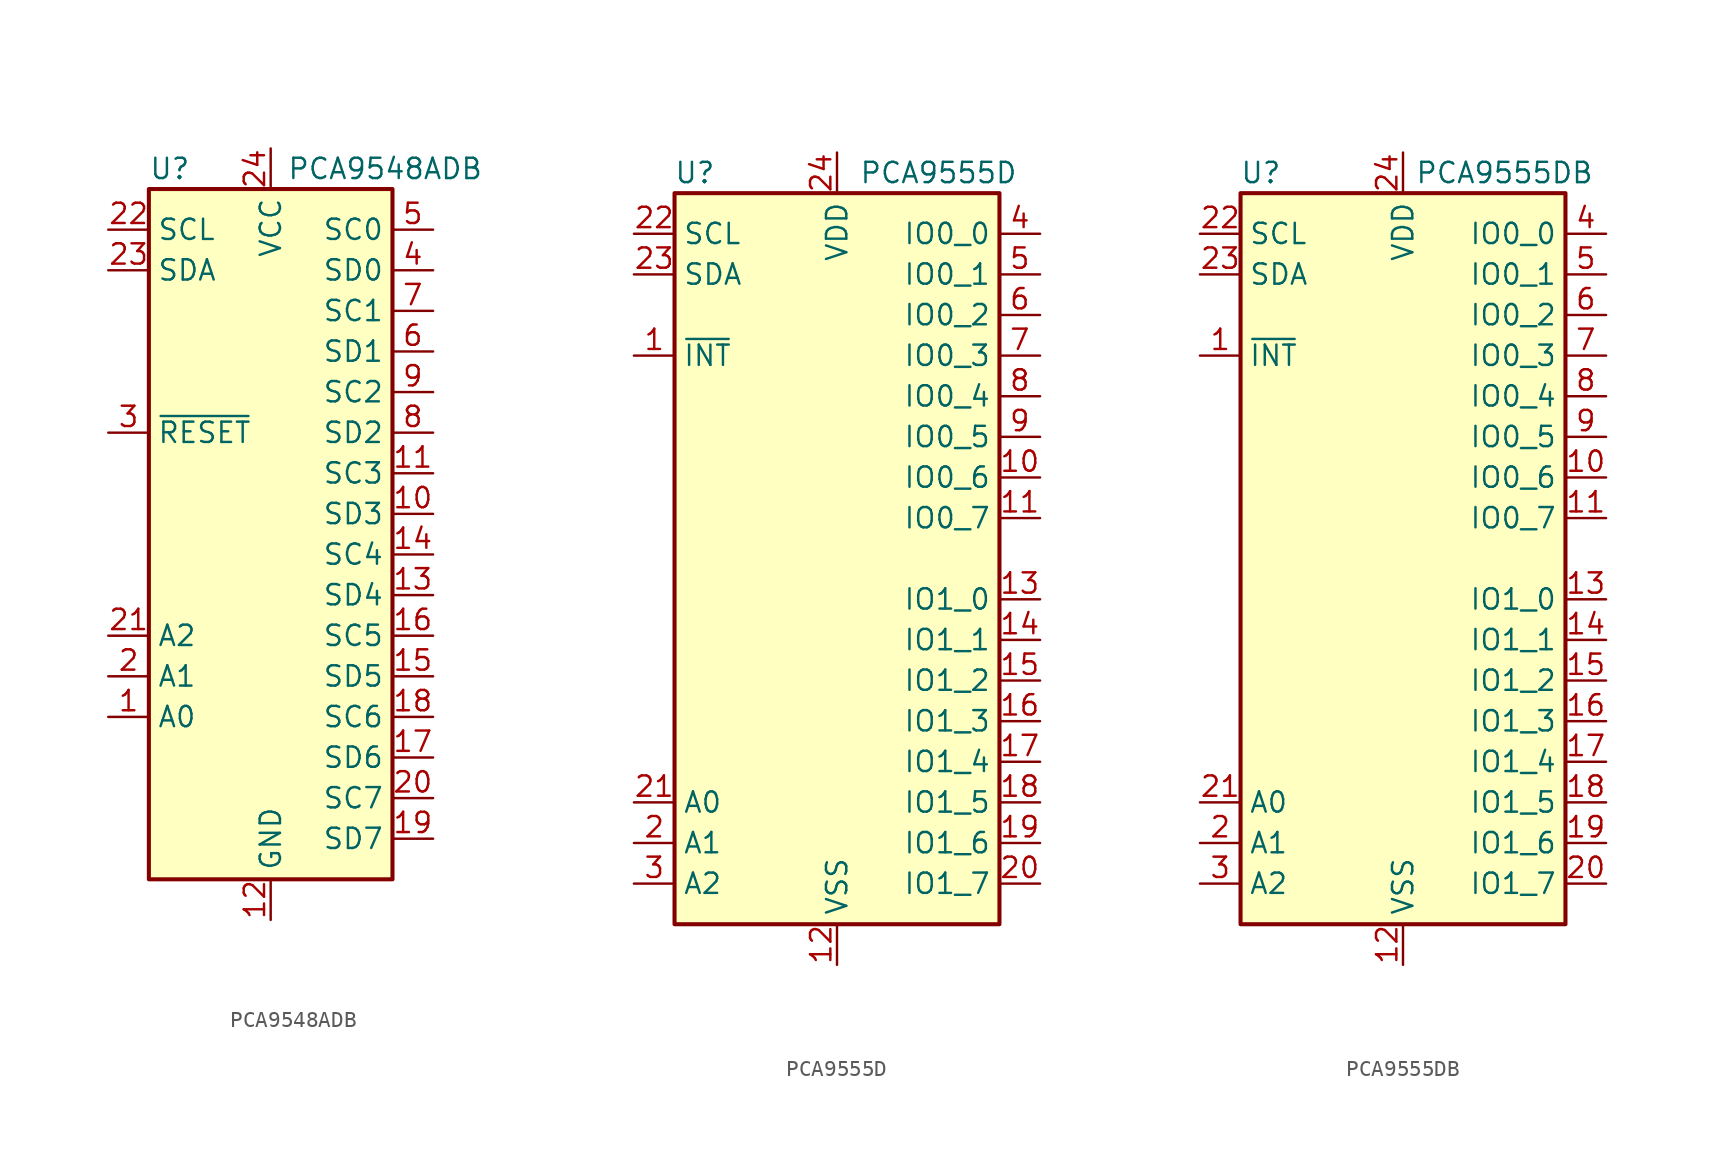
<source format=kicad_sym>
(kicad_symbol_lib
  (version 20201005)
  (generator kicad_symbol_editor)
  (symbol "Interface_Expansion:PCA9548ADB"
    (property "Reference" "U"
      (at -7.62 21.59 0)
      (effects (font (size 1.27 1.27)) (justify left)))
    (property "Value" "PCA9548ADB"
      (at 1.016 21.59 0)
      (effects (font (size 1.27 1.27)) (justify left)))
    (symbol "PCA9548ADB_0_1"
      (rectangle (start -7.62 20.32) (end 7.62 -22.86) (stroke (width 0.254)) (fill (type background))))
    (symbol "PCA9548ADB_1_1"
      (pin input line (at -10.16 -12.7 0) (length 2.54) (name "A0" (effects (font (size 1.27 1.27)))) (number "1" (effects (font (size 1.27 1.27)))))
      (pin bidirectional line (at 10.16 0 180) (length 2.54) (name "SD3" (effects (font (size 1.27 1.27)))) (number "10" (effects (font (size 1.27 1.27)))))
      (pin output line (at 10.16 2.54 180) (length 2.54) (name "SC3" (effects (font (size 1.27 1.27)))) (number "11" (effects (font (size 1.27 1.27)))))
      (pin power_in line (at 0 -25.4 90) (length 2.54) (name "GND" (effects (font (size 1.27 1.27)))) (number "12" (effects (font (size 1.27 1.27)))))
      (pin bidirectional line (at 10.16 -5.08 180) (length 2.54) (name "SD4" (effects (font (size 1.27 1.27)))) (number "13" (effects (font (size 1.27 1.27)))))
      (pin output line (at 10.16 -2.54 180) (length 2.54) (name "SC4" (effects (font (size 1.27 1.27)))) (number "14" (effects (font (size 1.27 1.27)))))
      (pin bidirectional line (at 10.16 -10.16 180) (length 2.54) (name "SD5" (effects (font (size 1.27 1.27)))) (number "15" (effects (font (size 1.27 1.27)))))
      (pin output line (at 10.16 -7.62 180) (length 2.54) (name "SC5" (effects (font (size 1.27 1.27)))) (number "16" (effects (font (size 1.27 1.27)))))
      (pin bidirectional line (at 10.16 -15.24 180) (length 2.54) (name "SD6" (effects (font (size 1.27 1.27)))) (number "17" (effects (font (size 1.27 1.27)))))
      (pin output line (at 10.16 -12.7 180) (length 2.54) (name "SC6" (effects (font (size 1.27 1.27)))) (number "18" (effects (font (size 1.27 1.27)))))
      (pin bidirectional line (at 10.16 -20.32 180) (length 2.54) (name "SD7" (effects (font (size 1.27 1.27)))) (number "19" (effects (font (size 1.27 1.27)))))
      (pin input line (at -10.16 -10.16 0) (length 2.54) (name "A1" (effects (font (size 1.27 1.27)))) (number "2" (effects (font (size 1.27 1.27)))))
      (pin output line (at 10.16 -17.78 180) (length 2.54) (name "SC7" (effects (font (size 1.27 1.27)))) (number "20" (effects (font (size 1.27 1.27)))))
      (pin input line (at -10.16 -7.62 0) (length 2.54) (name "A2" (effects (font (size 1.27 1.27)))) (number "21" (effects (font (size 1.27 1.27)))))
      (pin input line (at -10.16 17.78 0) (length 2.54) (name "SCL" (effects (font (size 1.27 1.27)))) (number "22" (effects (font (size 1.27 1.27)))))
      (pin bidirectional line (at -10.16 15.24 0) (length 2.54) (name "SDA" (effects (font (size 1.27 1.27)))) (number "23" (effects (font (size 1.27 1.27)))))
      (pin power_in line (at 0 22.86 270) (length 2.54) (name "VCC" (effects (font (size 1.27 1.27)))) (number "24" (effects (font (size 1.27 1.27)))))
      (pin input line (at -10.16 5.08 0) (length 2.54) (name "~RESET" (effects (font (size 1.27 1.27)))) (number "3" (effects (font (size 1.27 1.27)))))
      (pin bidirectional line (at 10.16 15.24 180) (length 2.54) (name "SD0" (effects (font (size 1.27 1.27)))) (number "4" (effects (font (size 1.27 1.27)))))
      (pin output line (at 10.16 17.78 180) (length 2.54) (name "SC0" (effects (font (size 1.27 1.27)))) (number "5" (effects (font (size 1.27 1.27)))))
      (pin bidirectional line (at 10.16 10.16 180) (length 2.54) (name "SD1" (effects (font (size 1.27 1.27)))) (number "6" (effects (font (size 1.27 1.27)))))
      (pin output line (at 10.16 12.7 180) (length 2.54) (name "SC1" (effects (font (size 1.27 1.27)))) (number "7" (effects (font (size 1.27 1.27)))))
      (pin bidirectional line (at 10.16 5.08 180) (length 2.54) (name "SD2" (effects (font (size 1.27 1.27)))) (number "8" (effects (font (size 1.27 1.27)))))
      (pin output line (at 10.16 7.62 180) (length 2.54) (name "SC2" (effects (font (size 1.27 1.27)))) (number "9" (effects (font (size 1.27 1.27)))))))
  (symbol "Interface_Expansion:PCA9555D"
    (property "Reference" "U"
      (at -8.89 24.13 0)
      (effects (font (size 1.27 1.27))))
    (property "Value" "PCA9555D"
      (at 6.35 24.13 0)
      (effects (font (size 1.27 1.27))))
    (symbol "PCA9555D_0_1"
      (rectangle (start -10.16 22.86) (end 10.16 -22.86) (stroke (width 0.254)) (fill (type background))))
    (symbol "PCA9555D_1_1"
      (pin open_collector line (at -12.7 12.7 0) (length 2.54) (name "~INT" (effects (font (size 1.27 1.27)))) (number "1" (effects (font (size 1.27 1.27)))))
      (pin bidirectional line (at 12.7 5.08 180) (length 2.54) (name "IO0_6" (effects (font (size 1.27 1.27)))) (number "10" (effects (font (size 1.27 1.27)))))
      (pin bidirectional line (at 12.7 2.54 180) (length 2.54) (name "IO0_7" (effects (font (size 1.27 1.27)))) (number "11" (effects (font (size 1.27 1.27)))))
      (pin power_in line (at 0 -25.4 90) (length 2.54) (name "VSS" (effects (font (size 1.27 1.27)))) (number "12" (effects (font (size 1.27 1.27)))))
      (pin bidirectional line (at 12.7 -2.54 180) (length 2.54) (name "IO1_0" (effects (font (size 1.27 1.27)))) (number "13" (effects (font (size 1.27 1.27)))))
      (pin bidirectional line (at 12.7 -5.08 180) (length 2.54) (name "IO1_1" (effects (font (size 1.27 1.27)))) (number "14" (effects (font (size 1.27 1.27)))))
      (pin bidirectional line (at 12.7 -7.62 180) (length 2.54) (name "IO1_2" (effects (font (size 1.27 1.27)))) (number "15" (effects (font (size 1.27 1.27)))))
      (pin bidirectional line (at 12.7 -10.16 180) (length 2.54) (name "IO1_3" (effects (font (size 1.27 1.27)))) (number "16" (effects (font (size 1.27 1.27)))))
      (pin bidirectional line (at 12.7 -12.7 180) (length 2.54) (name "IO1_4" (effects (font (size 1.27 1.27)))) (number "17" (effects (font (size 1.27 1.27)))))
      (pin bidirectional line (at 12.7 -15.24 180) (length 2.54) (name "IO1_5" (effects (font (size 1.27 1.27)))) (number "18" (effects (font (size 1.27 1.27)))))
      (pin bidirectional line (at 12.7 -17.78 180) (length 2.54) (name "IO1_6" (effects (font (size 1.27 1.27)))) (number "19" (effects (font (size 1.27 1.27)))))
      (pin input line (at -12.7 -17.78 0) (length 2.54) (name "A1" (effects (font (size 1.27 1.27)))) (number "2" (effects (font (size 1.27 1.27)))))
      (pin bidirectional line (at 12.7 -20.32 180) (length 2.54) (name "IO1_7" (effects (font (size 1.27 1.27)))) (number "20" (effects (font (size 1.27 1.27)))))
      (pin input line (at -12.7 -15.24 0) (length 2.54) (name "A0" (effects (font (size 1.27 1.27)))) (number "21" (effects (font (size 1.27 1.27)))))
      (pin input line (at -12.7 20.32 0) (length 2.54) (name "SCL" (effects (font (size 1.27 1.27)))) (number "22" (effects (font (size 1.27 1.27)))))
      (pin bidirectional line (at -12.7 17.78 0) (length 2.54) (name "SDA" (effects (font (size 1.27 1.27)))) (number "23" (effects (font (size 1.27 1.27)))))
      (pin power_in line (at 0 25.4 270) (length 2.54) (name "VDD" (effects (font (size 1.27 1.27)))) (number "24" (effects (font (size 1.27 1.27)))))
      (pin input line (at -12.7 -20.32 0) (length 2.54) (name "A2" (effects (font (size 1.27 1.27)))) (number "3" (effects (font (size 1.27 1.27)))))
      (pin bidirectional line (at 12.7 20.32 180) (length 2.54) (name "IO0_0" (effects (font (size 1.27 1.27)))) (number "4" (effects (font (size 1.27 1.27)))))
      (pin bidirectional line (at 12.7 17.78 180) (length 2.54) (name "IO0_1" (effects (font (size 1.27 1.27)))) (number "5" (effects (font (size 1.27 1.27)))))
      (pin bidirectional line (at 12.7 15.24 180) (length 2.54) (name "IO0_2" (effects (font (size 1.27 1.27)))) (number "6" (effects (font (size 1.27 1.27)))))
      (pin bidirectional line (at 12.7 12.7 180) (length 2.54) (name "IO0_3" (effects (font (size 1.27 1.27)))) (number "7" (effects (font (size 1.27 1.27)))))
      (pin bidirectional line (at 12.7 10.16 180) (length 2.54) (name "IO0_4" (effects (font (size 1.27 1.27)))) (number "8" (effects (font (size 1.27 1.27)))))
      (pin bidirectional line (at 12.7 7.62 180) (length 2.54) (name "IO0_5" (effects (font (size 1.27 1.27)))) (number "9" (effects (font (size 1.27 1.27)))))))
  (symbol "Interface_Expansion:PCA9555DB"
    (property "Reference" "U"
      (at -8.89 24.13 0)
      (effects (font (size 1.27 1.27))))
    (property "Value" "PCA9555DB"
      (at 6.35 24.13 0)
      (effects (font (size 1.27 1.27))))
    (symbol "PCA9555DB_0_1"
      (rectangle (start -10.16 22.86) (end 10.16 -22.86) (stroke (width 0.254)) (fill (type background))))
    (symbol "PCA9555DB_1_1"
      (pin open_collector line (at -12.7 12.7 0) (length 2.54) (name "~INT" (effects (font (size 1.27 1.27)))) (number "1" (effects (font (size 1.27 1.27)))))
      (pin bidirectional line (at 12.7 5.08 180) (length 2.54) (name "IO0_6" (effects (font (size 1.27 1.27)))) (number "10" (effects (font (size 1.27 1.27)))))
      (pin bidirectional line (at 12.7 2.54 180) (length 2.54) (name "IO0_7" (effects (font (size 1.27 1.27)))) (number "11" (effects (font (size 1.27 1.27)))))
      (pin power_in line (at 0 -25.4 90) (length 2.54) (name "VSS" (effects (font (size 1.27 1.27)))) (number "12" (effects (font (size 1.27 1.27)))))
      (pin bidirectional line (at 12.7 -2.54 180) (length 2.54) (name "IO1_0" (effects (font (size 1.27 1.27)))) (number "13" (effects (font (size 1.27 1.27)))))
      (pin bidirectional line (at 12.7 -5.08 180) (length 2.54) (name "IO1_1" (effects (font (size 1.27 1.27)))) (number "14" (effects (font (size 1.27 1.27)))))
      (pin bidirectional line (at 12.7 -7.62 180) (length 2.54) (name "IO1_2" (effects (font (size 1.27 1.27)))) (number "15" (effects (font (size 1.27 1.27)))))
      (pin bidirectional line (at 12.7 -10.16 180) (length 2.54) (name "IO1_3" (effects (font (size 1.27 1.27)))) (number "16" (effects (font (size 1.27 1.27)))))
      (pin bidirectional line (at 12.7 -12.7 180) (length 2.54) (name "IO1_4" (effects (font (size 1.27 1.27)))) (number "17" (effects (font (size 1.27 1.27)))))
      (pin bidirectional line (at 12.7 -15.24 180) (length 2.54) (name "IO1_5" (effects (font (size 1.27 1.27)))) (number "18" (effects (font (size 1.27 1.27)))))
      (pin bidirectional line (at 12.7 -17.78 180) (length 2.54) (name "IO1_6" (effects (font (size 1.27 1.27)))) (number "19" (effects (font (size 1.27 1.27)))))
      (pin input line (at -12.7 -17.78 0) (length 2.54) (name "A1" (effects (font (size 1.27 1.27)))) (number "2" (effects (font (size 1.27 1.27)))))
      (pin bidirectional line (at 12.7 -20.32 180) (length 2.54) (name "IO1_7" (effects (font (size 1.27 1.27)))) (number "20" (effects (font (size 1.27 1.27)))))
      (pin input line (at -12.7 -15.24 0) (length 2.54) (name "A0" (effects (font (size 1.27 1.27)))) (number "21" (effects (font (size 1.27 1.27)))))
      (pin input line (at -12.7 20.32 0) (length 2.54) (name "SCL" (effects (font (size 1.27 1.27)))) (number "22" (effects (font (size 1.27 1.27)))))
      (pin bidirectional line (at -12.7 17.78 0) (length 2.54) (name "SDA" (effects (font (size 1.27 1.27)))) (number "23" (effects (font (size 1.27 1.27)))))
      (pin power_in line (at 0 25.4 270) (length 2.54) (name "VDD" (effects (font (size 1.27 1.27)))) (number "24" (effects (font (size 1.27 1.27)))))
      (pin input line (at -12.7 -20.32 0) (length 2.54) (name "A2" (effects (font (size 1.27 1.27)))) (number "3" (effects (font (size 1.27 1.27)))))
      (pin bidirectional line (at 12.7 20.32 180) (length 2.54) (name "IO0_0" (effects (font (size 1.27 1.27)))) (number "4" (effects (font (size 1.27 1.27)))))
      (pin bidirectional line (at 12.7 17.78 180) (length 2.54) (name "IO0_1" (effects (font (size 1.27 1.27)))) (number "5" (effects (font (size 1.27 1.27)))))
      (pin bidirectional line (at 12.7 15.24 180) (length 2.54) (name "IO0_2" (effects (font (size 1.27 1.27)))) (number "6" (effects (font (size 1.27 1.27)))))
      (pin bidirectional line (at 12.7 12.7 180) (length 2.54) (name "IO0_3" (effects (font (size 1.27 1.27)))) (number "7" (effects (font (size 1.27 1.27)))))
      (pin bidirectional line (at 12.7 10.16 180) (length 2.54) (name "IO0_4" (effects (font (size 1.27 1.27)))) (number "8" (effects (font (size 1.27 1.27)))))
      (pin bidirectional line (at 12.7 7.62 180) (length 2.54) (name "IO0_5" (effects (font (size 1.27 1.27)))) (number "9" (effects (font (size 1.27 1.27))))))))
</source>
